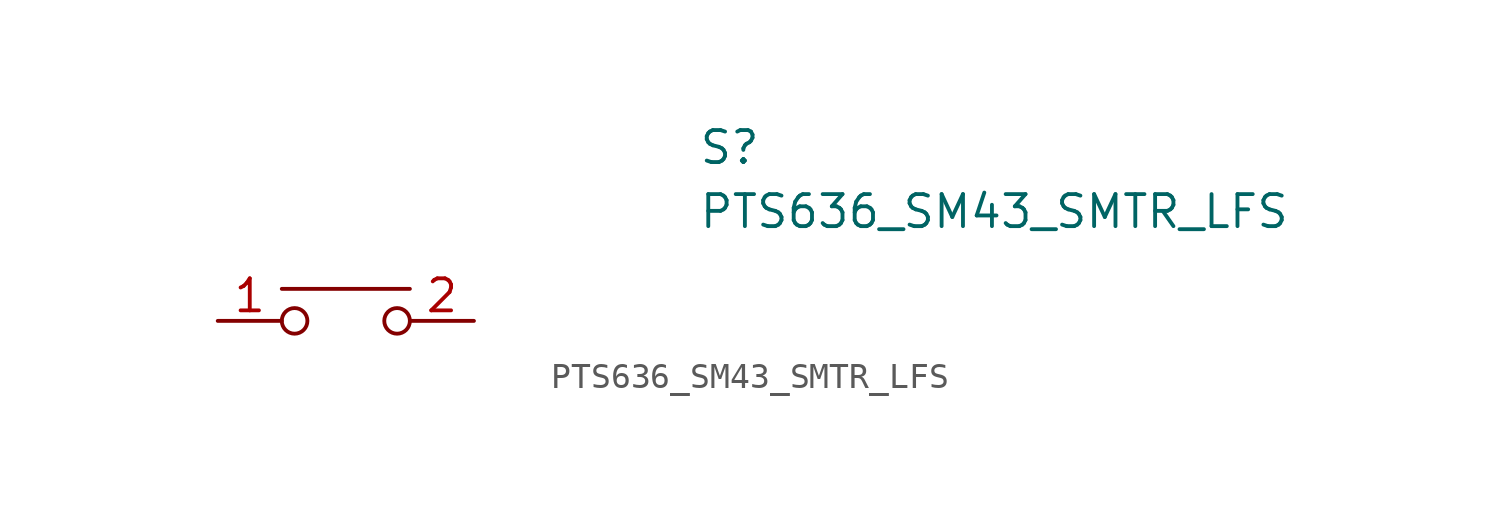
<source format=kicad_sym>
(kicad_symbol_lib
  (version 20220914)
  (generator kicad_symbol_editor)
  (symbol "PTS636_SM43_SMTR_LFS"
    (property "Reference" "S"
      (at 19.05 7.62 0)
      (effects (font (size 1.27 1.27)) (justify left top)))
    (property "Value" "PTS636_SM43_SMTR_LFS"
      (at 19.05 5.08 0)
      (effects (font (size 1.27 1.27)) (justify left top)))
    (symbol "PTS636_SM43_SMTR_LFS_0_1"
      (polyline (pts (xy 7.62 1.27) (xy 2.54 1.27)) (stroke (width 0) (type default)) (fill (type none)))
      (circle (center 3.048 0) (radius 0.508) (stroke (width 0) (type default)) (fill (type none)))
      (circle (center 7.112 0) (radius 0.508) (stroke (width 0) (type default)) (fill (type none))))
    (symbol "PTS636_SM43_SMTR_LFS_1_1"
      (pin passive line (at 0 0 0) (length 2.54) (name "" (effects (font (size 1.27 1.27)))) (number "1" (effects (font (size 1.27 1.27)))))
      (pin passive line (at 10.16 0 180) (length 2.54) (name "" (effects (font (size 1.27 1.27)))) (number "2" (effects (font (size 1.27 1.27))))))))
</source>
